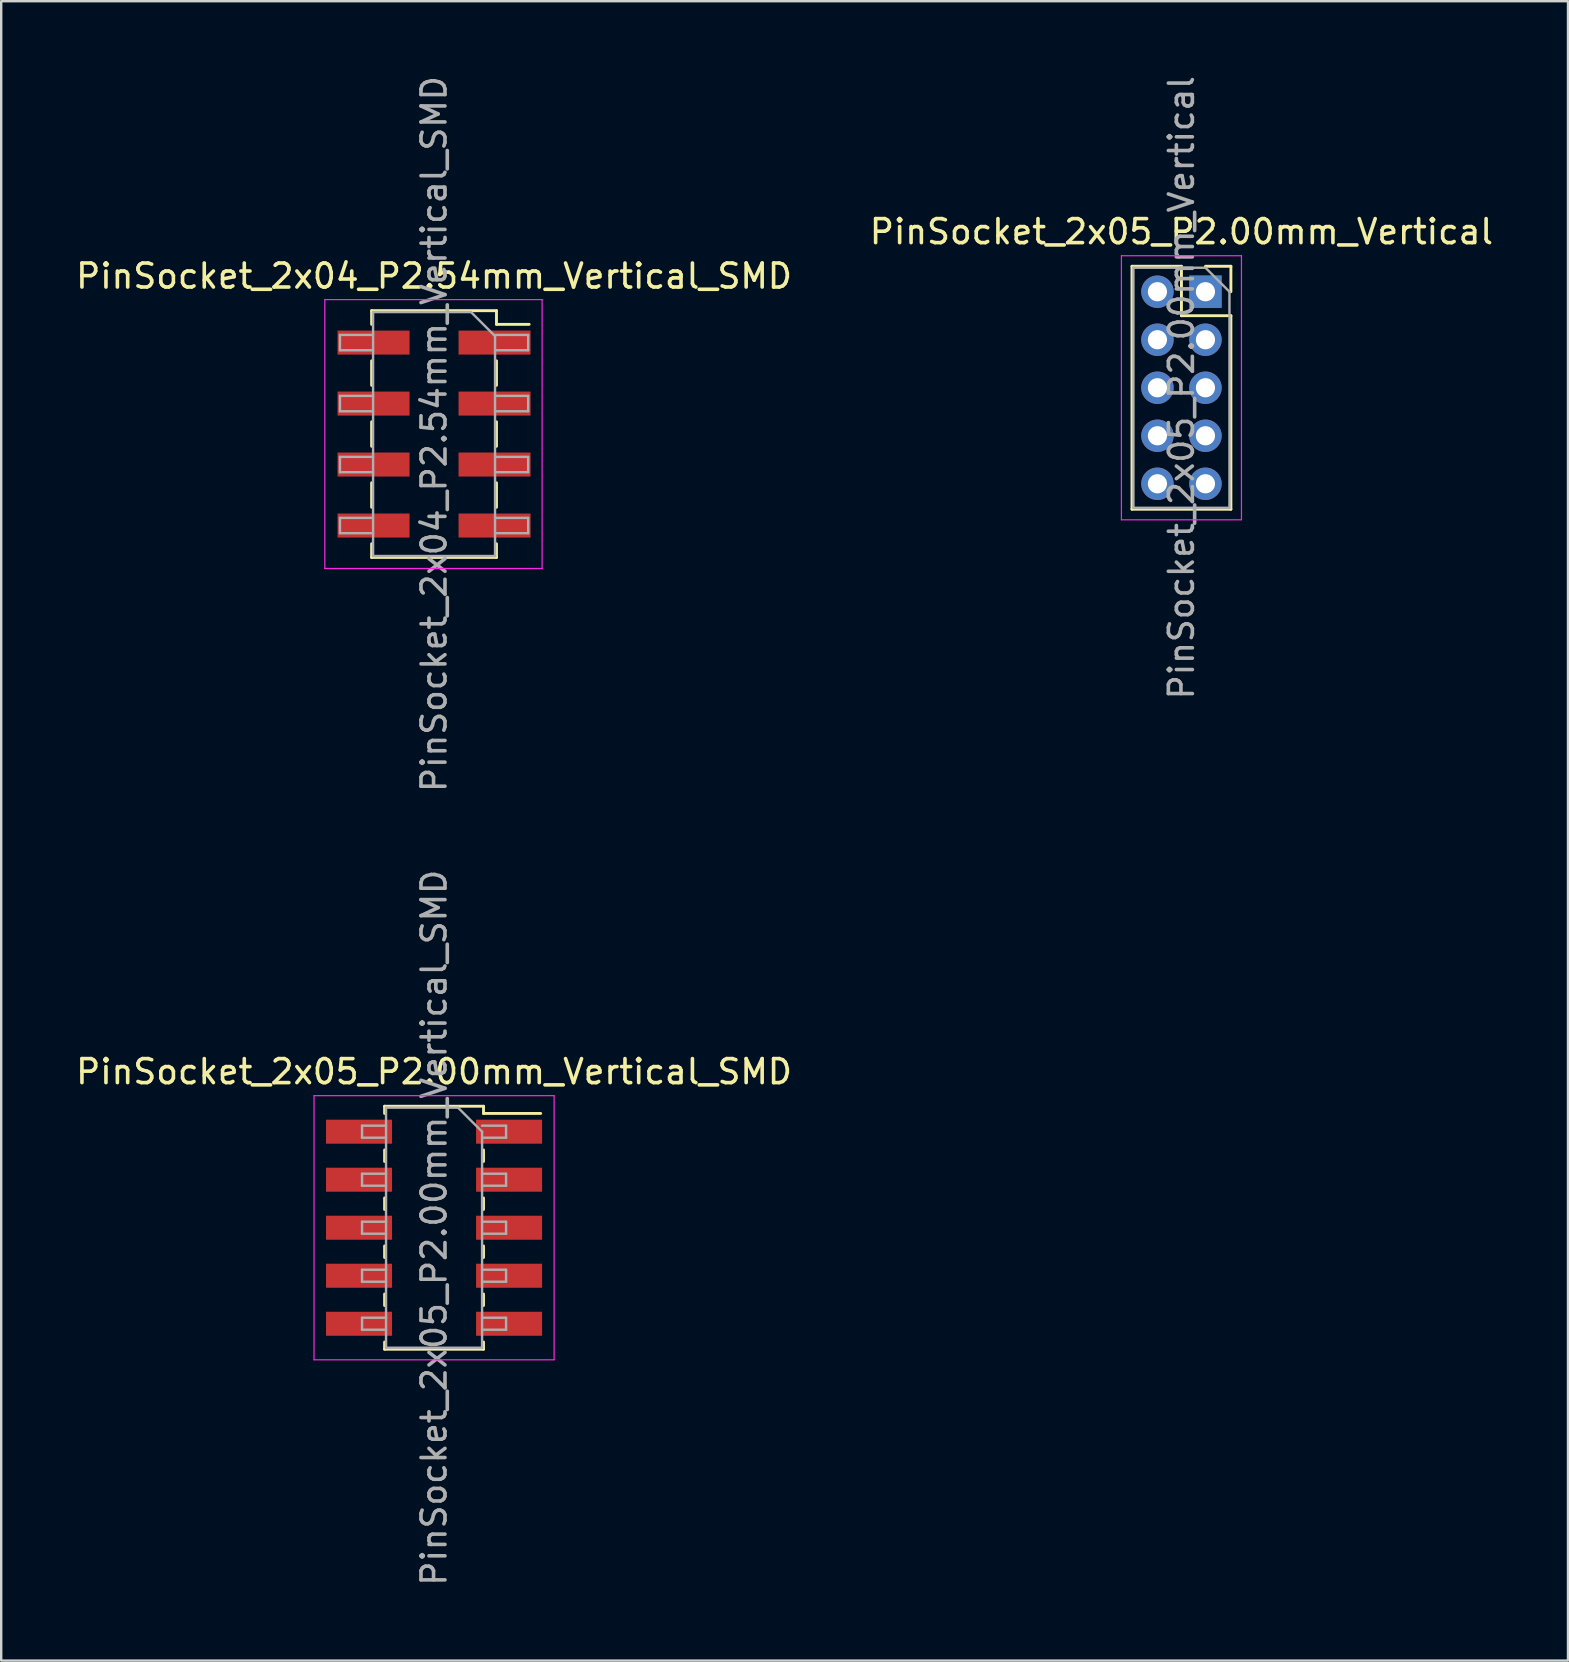
<source format=kicad_pcb>
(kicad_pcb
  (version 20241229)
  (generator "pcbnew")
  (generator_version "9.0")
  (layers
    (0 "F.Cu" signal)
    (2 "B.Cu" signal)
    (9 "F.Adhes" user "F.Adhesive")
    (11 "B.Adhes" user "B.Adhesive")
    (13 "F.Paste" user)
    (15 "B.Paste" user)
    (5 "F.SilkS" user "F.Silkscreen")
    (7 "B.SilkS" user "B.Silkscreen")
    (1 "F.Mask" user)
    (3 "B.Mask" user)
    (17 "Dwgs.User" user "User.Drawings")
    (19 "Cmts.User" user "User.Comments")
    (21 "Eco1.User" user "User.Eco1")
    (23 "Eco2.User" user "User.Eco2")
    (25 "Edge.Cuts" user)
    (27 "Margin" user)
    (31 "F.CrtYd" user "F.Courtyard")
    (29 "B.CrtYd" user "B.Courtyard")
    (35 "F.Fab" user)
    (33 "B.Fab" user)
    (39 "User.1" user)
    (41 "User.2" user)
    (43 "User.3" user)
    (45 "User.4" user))
  (footprint "PinSocket_2x05_P2.00mm_Vertical"
    (layer "F.Cu")
    (at 47.161 9.101)
    (property "Reference" "PinSocket_2x05_P2.00mm_Vertical" (at -1 -2.5 0) (layer "F.SilkS") (effects (font (size 1 1) (thickness 0.15))))
    (attr through_hole)
    (fp_line (start -3.06 -1.06) (end -3.06 9.06) (stroke (width 0.12) (type solid)) (layer "F.SilkS"))
    (fp_line (start -3.06 -1.06) (end -1 -1.06) (stroke (width 0.12) (type solid)) (layer "F.SilkS"))
    (fp_line (start -3.06 9.06) (end 1.06 9.06) (stroke (width 0.12) (type solid)) (layer "F.SilkS"))
    (fp_line (start -1 -1.06) (end -1 1) (stroke (width 0.12) (type solid)) (layer "F.SilkS"))
    (fp_line (start -1 1) (end 1.06 1) (stroke (width 0.12) (type solid)) (layer "F.SilkS"))
    (fp_line (start 0 -1.06) (end 1.06 -1.06) (stroke (width 0.12) (type solid)) (layer "F.SilkS"))
    (fp_line (start 1.06 -1.06) (end 1.06 0) (stroke (width 0.12) (type solid)) (layer "F.SilkS"))
    (fp_line (start 1.06 1) (end 1.06 9.06) (stroke (width 0.12) (type solid)) (layer "F.SilkS"))
    (fp_line (start -3.5 -1.5) (end 1.5 -1.5) (stroke (width 0.05) (type solid)) (layer "F.CrtYd"))
    (fp_line (start -3.5 9.5) (end -3.5 -1.5) (stroke (width 0.05) (type solid)) (layer "F.CrtYd"))
    (fp_line (start 1.5 -1.5) (end 1.5 9.5) (stroke (width 0.05) (type solid)) (layer "F.CrtYd"))
    (fp_line (start 1.5 9.5) (end -3.5 9.5) (stroke (width 0.05) (type solid)) (layer "F.CrtYd"))
    (fp_line (start -3 -1) (end 0 -1) (stroke (width 0.1) (type solid)) (layer "F.Fab"))
    (fp_line (start -3 9) (end -3 -1) (stroke (width 0.1) (type solid)) (layer "F.Fab"))
    (fp_line (start 0 -1) (end 1 0) (stroke (width 0.1) (type solid)) (layer "F.Fab"))
    (fp_line (start 1 0) (end 1 9) (stroke (width 0.1) (type solid)) (layer "F.Fab"))
    (fp_line (start 1 9) (end -3 9) (stroke (width 0.1) (type solid)) (layer "F.Fab"))
    (fp_text user "${REFERENCE}" (at -1 4 90) (layer "F.Fab") (effects (font (size 1 1) (thickness 0.15))))
    (pad "1" thru_hole rect (at 0 0) (size 1.35 1.35) (drill 0.8) (layers "*.Cu" "*.Mask"))
    (pad "2" thru_hole oval (at -2 0) (size 1.35 1.35) (drill 0.8) (layers "*.Cu" "*.Mask"))
    (pad "3" thru_hole oval (at 0 2) (size 1.35 1.35) (drill 0.8) (layers "*.Cu" "*.Mask"))
    (pad "4" thru_hole oval (at -2 2) (size 1.35 1.35) (drill 0.8) (layers "*.Cu" "*.Mask"))
    (pad "5" thru_hole oval (at 0 4) (size 1.35 1.35) (drill 0.8) (layers "*.Cu" "*.Mask"))
    (pad "6" thru_hole oval (at -2 4) (size 1.35 1.35) (drill 0.8) (layers "*.Cu" "*.Mask"))
    (pad "7" thru_hole oval (at 0 6) (size 1.35 1.35) (drill 0.8) (layers "*.Cu" "*.Mask"))
    (pad "8" thru_hole oval (at -2 6) (size 1.35 1.35) (drill 0.8) (layers "*.Cu" "*.Mask"))
    (pad "9" thru_hole oval (at 0 8) (size 1.35 1.35) (drill 0.8) (layers "*.Cu" "*.Mask"))
    (pad "10" thru_hole oval (at -2 8) (size 1.35 1.35) (drill 0.8) (layers "*.Cu" "*.Mask")))
  (footprint "PinSocket_2x04_P2.54mm_Vertical_SMD"
    (layer "F.Cu")
    (at 15.03 15.03)
    (property "Reference" "PinSocket_2x04_P2.54mm_Vertical_SMD" (at 0 -6.58 0) (layer "F.SilkS") (effects (font (size 1 1) (thickness 0.15))))
    (attr smd)
    (fp_line (start -2.6 -5.14) (end -2.6 -4.57) (stroke (width 0.12) (type solid)) (layer "F.SilkS"))
    (fp_line (start -2.6 -5.14) (end 2.6 -5.14) (stroke (width 0.12) (type solid)) (layer "F.SilkS"))
    (fp_line (start -2.6 -3.05) (end -2.6 -2.03) (stroke (width 0.12) (type solid)) (layer "F.SilkS"))
    (fp_line (start -2.6 -0.51) (end -2.6 0.51) (stroke (width 0.12) (type solid)) (layer "F.SilkS"))
    (fp_line (start -2.6 2.03) (end -2.6 3.05) (stroke (width 0.12) (type solid)) (layer "F.SilkS"))
    (fp_line (start -2.6 4.57) (end -2.6 5.14) (stroke (width 0.12) (type solid)) (layer "F.SilkS"))
    (fp_line (start -2.6 5.14) (end 2.6 5.14) (stroke (width 0.12) (type solid)) (layer "F.SilkS"))
    (fp_line (start 2.6 -5.14) (end 2.6 -4.57) (stroke (width 0.12) (type solid)) (layer "F.SilkS"))
    (fp_line (start 2.6 -4.57) (end 3.96 -4.57) (stroke (width 0.12) (type solid)) (layer "F.SilkS"))
    (fp_line (start 2.6 -3.05) (end 2.6 -2.03) (stroke (width 0.12) (type solid)) (layer "F.SilkS"))
    (fp_line (start 2.6 -0.51) (end 2.6 0.51) (stroke (width 0.12) (type solid)) (layer "F.SilkS"))
    (fp_line (start 2.6 2.03) (end 2.6 3.05) (stroke (width 0.12) (type solid)) (layer "F.SilkS"))
    (fp_line (start 2.6 4.57) (end 2.6 5.14) (stroke (width 0.12) (type solid)) (layer "F.SilkS"))
    (fp_line (start -4.55 -5.6) (end 4.5 -5.6) (stroke (width 0.05) (type solid)) (layer "F.CrtYd"))
    (fp_line (start -4.55 5.6) (end -4.55 -5.6) (stroke (width 0.05) (type solid)) (layer "F.CrtYd"))
    (fp_line (start 4.5 -5.6) (end 4.5 5.6) (stroke (width 0.05) (type solid)) (layer "F.CrtYd"))
    (fp_line (start 4.5 5.6) (end -4.55 5.6) (stroke (width 0.05) (type solid)) (layer "F.CrtYd"))
    (fp_line (start -3.92 -4.13) (end -2.54 -4.13) (stroke (width 0.1) (type solid)) (layer "F.Fab"))
    (fp_line (start -3.92 -3.49) (end -3.92 -4.13) (stroke (width 0.1) (type solid)) (layer "F.Fab"))
    (fp_line (start -3.92 -1.59) (end -2.54 -1.59) (stroke (width 0.1) (type solid)) (layer "F.Fab"))
    (fp_line (start -3.92 -0.95) (end -3.92 -1.59) (stroke (width 0.1) (type solid)) (layer "F.Fab"))
    (fp_line (start -3.92 0.95) (end -2.54 0.95) (stroke (width 0.1) (type solid)) (layer "F.Fab"))
    (fp_line (start -3.92 1.59) (end -3.92 0.95) (stroke (width 0.1) (type solid)) (layer "F.Fab"))
    (fp_line (start -3.92 3.49) (end -2.54 3.49) (stroke (width 0.1) (type solid)) (layer "F.Fab"))
    (fp_line (start -3.92 4.13) (end -3.92 3.49) (stroke (width 0.1) (type solid)) (layer "F.Fab"))
    (fp_line (start -2.54 -5.08) (end 1.54 -5.08) (stroke (width 0.1) (type solid)) (layer "F.Fab"))
    (fp_line (start -2.54 -3.49) (end -3.92 -3.49) (stroke (width 0.1) (type solid)) (layer "F.Fab"))
    (fp_line (start -2.54 -0.95) (end -3.92 -0.95) (stroke (width 0.1) (type solid)) (layer "F.Fab"))
    (fp_line (start -2.54 1.59) (end -3.92 1.59) (stroke (width 0.1) (type solid)) (layer "F.Fab"))
    (fp_line (start -2.54 4.13) (end -3.92 4.13) (stroke (width 0.1) (type solid)) (layer "F.Fab"))
    (fp_line (start -2.54 5.08) (end -2.54 -5.08) (stroke (width 0.1) (type solid)) (layer "F.Fab"))
    (fp_line (start 1.54 -5.08) (end 2.54 -4.08) (stroke (width 0.1) (type solid)) (layer "F.Fab"))
    (fp_line (start 2.54 -4.13) (end 3.92 -4.13) (stroke (width 0.1) (type solid)) (layer "F.Fab"))
    (fp_line (start 2.54 -4.08) (end 2.54 5.08) (stroke (width 0.1) (type solid)) (layer "F.Fab"))
    (fp_line (start 2.54 -1.59) (end 3.92 -1.59) (stroke (width 0.1) (type solid)) (layer "F.Fab"))
    (fp_line (start 2.54 0.95) (end 3.92 0.95) (stroke (width 0.1) (type solid)) (layer "F.Fab"))
    (fp_line (start 2.54 3.49) (end 3.92 3.49) (stroke (width 0.1) (type solid)) (layer "F.Fab"))
    (fp_line (start 2.54 5.08) (end -2.54 5.08) (stroke (width 0.1) (type solid)) (layer "F.Fab"))
    (fp_line (start 3.92 -4.13) (end 3.92 -3.49) (stroke (width 0.1) (type solid)) (layer "F.Fab"))
    (fp_line (start 3.92 -3.49) (end 2.54 -3.49) (stroke (width 0.1) (type solid)) (layer "F.Fab"))
    (fp_line (start 3.92 -1.59) (end 3.92 -0.95) (stroke (width 0.1) (type solid)) (layer "F.Fab"))
    (fp_line (start 3.92 -0.95) (end 2.54 -0.95) (stroke (width 0.1) (type solid)) (layer "F.Fab"))
    (fp_line (start 3.92 0.95) (end 3.92 1.59) (stroke (width 0.1) (type solid)) (layer "F.Fab"))
    (fp_line (start 3.92 1.59) (end 2.54 1.59) (stroke (width 0.1) (type solid)) (layer "F.Fab"))
    (fp_line (start 3.92 3.49) (end 3.92 4.13) (stroke (width 0.1) (type solid)) (layer "F.Fab"))
    (fp_line (start 3.92 4.13) (end 2.54 4.13) (stroke (width 0.1) (type solid)) (layer "F.Fab"))
    (fp_text user "${REFERENCE}" (at 0 0 90) (layer "F.Fab") (effects (font (size 1 1) (thickness 0.15))))
    (pad "1" smd rect (at 2.52 -3.81) (size 3 1) (layers "F.Cu" "F.Mask" "F.Paste"))
    (pad "2" smd rect (at -2.52 -3.81) (size 3 1) (layers "F.Cu" "F.Mask" "F.Paste"))
    (pad "3" smd rect (at 2.52 -1.27) (size 3 1) (layers "F.Cu" "F.Mask" "F.Paste"))
    (pad "4" smd rect (at -2.52 -1.27) (size 3 1) (layers "F.Cu" "F.Mask" "F.Paste"))
    (pad "5" smd rect (at 2.52 1.27) (size 3 1) (layers "F.Cu" "F.Mask" "F.Paste"))
    (pad "6" smd rect (at -2.52 1.27) (size 3 1) (layers "F.Cu" "F.Mask" "F.Paste"))
    (pad "7" smd rect (at 2.52 3.81) (size 3 1) (layers "F.Cu" "F.Mask" "F.Paste"))
    (pad "8" smd rect (at -2.52 3.81) (size 3 1) (layers "F.Cu" "F.Mask" "F.Paste")))
  (footprint "PinSocket_2x05_P2.00mm_Vertical_SMD"
    (layer "F.Cu")
    (at 15.03 48.089)
    (property "Reference" "PinSocket_2x05_P2.00mm_Vertical_SMD" (at 0 -6.5 0) (layer "F.SilkS") (effects (font (size 1 1) (thickness 0.15))))
    (attr smd)
    (fp_line (start -2.06 -5.06) (end -2.06 -4.76) (stroke (width 0.12) (type solid)) (layer "F.SilkS"))
    (fp_line (start -2.06 -5.06) (end 2.06 -5.06) (stroke (width 0.12) (type solid)) (layer "F.SilkS"))
    (fp_line (start -2.06 -3.24) (end -2.06 -2.76) (stroke (width 0.12) (type solid)) (layer "F.SilkS"))
    (fp_line (start -2.06 -1.24) (end -2.06 -0.76) (stroke (width 0.12) (type solid)) (layer "F.SilkS"))
    (fp_line (start -2.06 0.76) (end -2.06 1.24) (stroke (width 0.12) (type solid)) (layer "F.SilkS"))
    (fp_line (start -2.06 2.76) (end -2.06 3.24) (stroke (width 0.12) (type solid)) (layer "F.SilkS"))
    (fp_line (start -2.06 4.76) (end -2.06 5.06) (stroke (width 0.12) (type solid)) (layer "F.SilkS"))
    (fp_line (start -2.06 5.06) (end 2.06 5.06) (stroke (width 0.12) (type solid)) (layer "F.SilkS"))
    (fp_line (start 2.06 -5.06) (end 2.06 -4.76) (stroke (width 0.12) (type solid)) (layer "F.SilkS"))
    (fp_line (start 2.06 -4.76) (end 4.44 -4.76) (stroke (width 0.12) (type solid)) (layer "F.SilkS"))
    (fp_line (start 2.06 -3.24) (end 2.06 -2.76) (stroke (width 0.12) (type solid)) (layer "F.SilkS"))
    (fp_line (start 2.06 -1.24) (end 2.06 -0.76) (stroke (width 0.12) (type solid)) (layer "F.SilkS"))
    (fp_line (start 2.06 0.76) (end 2.06 1.24) (stroke (width 0.12) (type solid)) (layer "F.SilkS"))
    (fp_line (start 2.06 2.76) (end 2.06 3.24) (stroke (width 0.12) (type solid)) (layer "F.SilkS"))
    (fp_line (start 2.06 4.76) (end 2.06 5.06) (stroke (width 0.12) (type solid)) (layer "F.SilkS"))
    (fp_line (start -5 -5.5) (end 5 -5.5) (stroke (width 0.05) (type solid)) (layer "F.CrtYd"))
    (fp_line (start -5 5.5) (end -5 -5.5) (stroke (width 0.05) (type solid)) (layer "F.CrtYd"))
    (fp_line (start 5 -5.5) (end 5 5.5) (stroke (width 0.05) (type solid)) (layer "F.CrtYd"))
    (fp_line (start 5 5.5) (end -5 5.5) (stroke (width 0.05) (type solid)) (layer "F.CrtYd"))
    (fp_line (start -3 -4.25) (end -2 -4.25) (stroke (width 0.1) (type solid)) (layer "F.Fab"))
    (fp_line (start -3 -3.75) (end -3 -4.25) (stroke (width 0.1) (type solid)) (layer "F.Fab"))
    (fp_line (start -3 -2.25) (end -2 -2.25) (stroke (width 0.1) (type solid)) (layer "F.Fab"))
    (fp_line (start -3 -1.75) (end -3 -2.25) (stroke (width 0.1) (type solid)) (layer "F.Fab"))
    (fp_line (start -3 -0.25) (end -2 -0.25) (stroke (width 0.1) (type solid)) (layer "F.Fab"))
    (fp_line (start -3 0.25) (end -3 -0.25) (stroke (width 0.1) (type solid)) (layer "F.Fab"))
    (fp_line (start -3 1.75) (end -2 1.75) (stroke (width 0.1) (type solid)) (layer "F.Fab"))
    (fp_line (start -3 2.25) (end -3 1.75) (stroke (width 0.1) (type solid)) (layer "F.Fab"))
    (fp_line (start -3 3.75) (end -2 3.75) (stroke (width 0.1) (type solid)) (layer "F.Fab"))
    (fp_line (start -3 4.25) (end -3 3.75) (stroke (width 0.1) (type solid)) (layer "F.Fab"))
    (fp_line (start -2 -5) (end 1 -5) (stroke (width 0.1) (type solid)) (layer "F.Fab"))
    (fp_line (start -2 -3.75) (end -3 -3.75) (stroke (width 0.1) (type solid)) (layer "F.Fab"))
    (fp_line (start -2 -1.75) (end -3 -1.75) (stroke (width 0.1) (type solid)) (layer "F.Fab"))
    (fp_line (start -2 0.25) (end -3 0.25) (stroke (width 0.1) (type solid)) (layer "F.Fab"))
    (fp_line (start -2 2.25) (end -3 2.25) (stroke (width 0.1) (type solid)) (layer "F.Fab"))
    (fp_line (start -2 4.25) (end -3 4.25) (stroke (width 0.1) (type solid)) (layer "F.Fab"))
    (fp_line (start -2 5) (end -2 -5) (stroke (width 0.1) (type solid)) (layer "F.Fab"))
    (fp_line (start 1 -5) (end 2 -4) (stroke (width 0.1) (type solid)) (layer "F.Fab"))
    (fp_line (start 2 -4.25) (end 3 -4.25) (stroke (width 0.1) (type solid)) (layer "F.Fab"))
    (fp_line (start 2 -4) (end 2 5) (stroke (width 0.1) (type solid)) (layer "F.Fab"))
    (fp_line (start 2 -2.25) (end 3 -2.25) (stroke (width 0.1) (type solid)) (layer "F.Fab"))
    (fp_line (start 2 -0.25) (end 3 -0.25) (stroke (width 0.1) (type solid)) (layer "F.Fab"))
    (fp_line (start 2 1.75) (end 3 1.75) (stroke (width 0.1) (type solid)) (layer "F.Fab"))
    (fp_line (start 2 3.75) (end 3 3.75) (stroke (width 0.1) (type solid)) (layer "F.Fab"))
    (fp_line (start 2 5) (end -2 5) (stroke (width 0.1) (type solid)) (layer "F.Fab"))
    (fp_line (start 3 -4.25) (end 3 -3.75) (stroke (width 0.1) (type solid)) (layer "F.Fab"))
    (fp_line (start 3 -3.75) (end 2 -3.75) (stroke (width 0.1) (type solid)) (layer "F.Fab"))
    (fp_line (start 3 -2.25) (end 3 -1.75) (stroke (width 0.1) (type solid)) (layer "F.Fab"))
    (fp_line (start 3 -1.75) (end 2 -1.75) (stroke (width 0.1) (type solid)) (layer "F.Fab"))
    (fp_line (start 3 -0.25) (end 3 0.25) (stroke (width 0.1) (type solid)) (layer "F.Fab"))
    (fp_line (start 3 0.25) (end 2 0.25) (stroke (width 0.1) (type solid)) (layer "F.Fab"))
    (fp_line (start 3 1.75) (end 3 2.25) (stroke (width 0.1) (type solid)) (layer "F.Fab"))
    (fp_line (start 3 2.25) (end 2 2.25) (stroke (width 0.1) (type solid)) (layer "F.Fab"))
    (fp_line (start 3 3.75) (end 3 4.25) (stroke (width 0.1) (type solid)) (layer "F.Fab"))
    (fp_line (start 3 4.25) (end 2 4.25) (stroke (width 0.1) (type solid)) (layer "F.Fab"))
    (fp_text user "${REFERENCE}" (at 0 0 90) (layer "F.Fab") (effects (font (size 1 1) (thickness 0.15))))
    (pad "1" smd rect (at 3.125 -4) (size 2.75 1) (layers "F.Cu" "F.Mask" "F.Paste"))
    (pad "2" smd rect (at -3.125 -4) (size 2.75 1) (layers "F.Cu" "F.Mask" "F.Paste"))
    (pad "3" smd rect (at 3.125 -2) (size 2.75 1) (layers "F.Cu" "F.Mask" "F.Paste"))
    (pad "4" smd rect (at -3.125 -2) (size 2.75 1) (layers "F.Cu" "F.Mask" "F.Paste"))
    (pad "5" smd rect (at 3.125 0) (size 2.75 1) (layers "F.Cu" "F.Mask" "F.Paste"))
    (pad "6" smd rect (at -3.125 0) (size 2.75 1) (layers "F.Cu" "F.Mask" "F.Paste"))
    (pad "7" smd rect (at 3.125 2) (size 2.75 1) (layers "F.Cu" "F.Mask" "F.Paste"))
    (pad "8" smd rect (at -3.125 2) (size 2.75 1) (layers "F.Cu" "F.Mask" "F.Paste"))
    (pad "9" smd rect (at 3.125 4) (size 2.75 1) (layers "F.Cu" "F.Mask" "F.Paste"))
    (pad "10" smd rect (at -3.125 4) (size 2.75 1) (layers "F.Cu" "F.Mask" "F.Paste")))
  (gr_rect
    (start -3 -3)
    (end 62.262 66.119)
    (stroke (width 0.1) (type default))
    (fill no)
    (layer "Edge.Cuts")))
</source>
